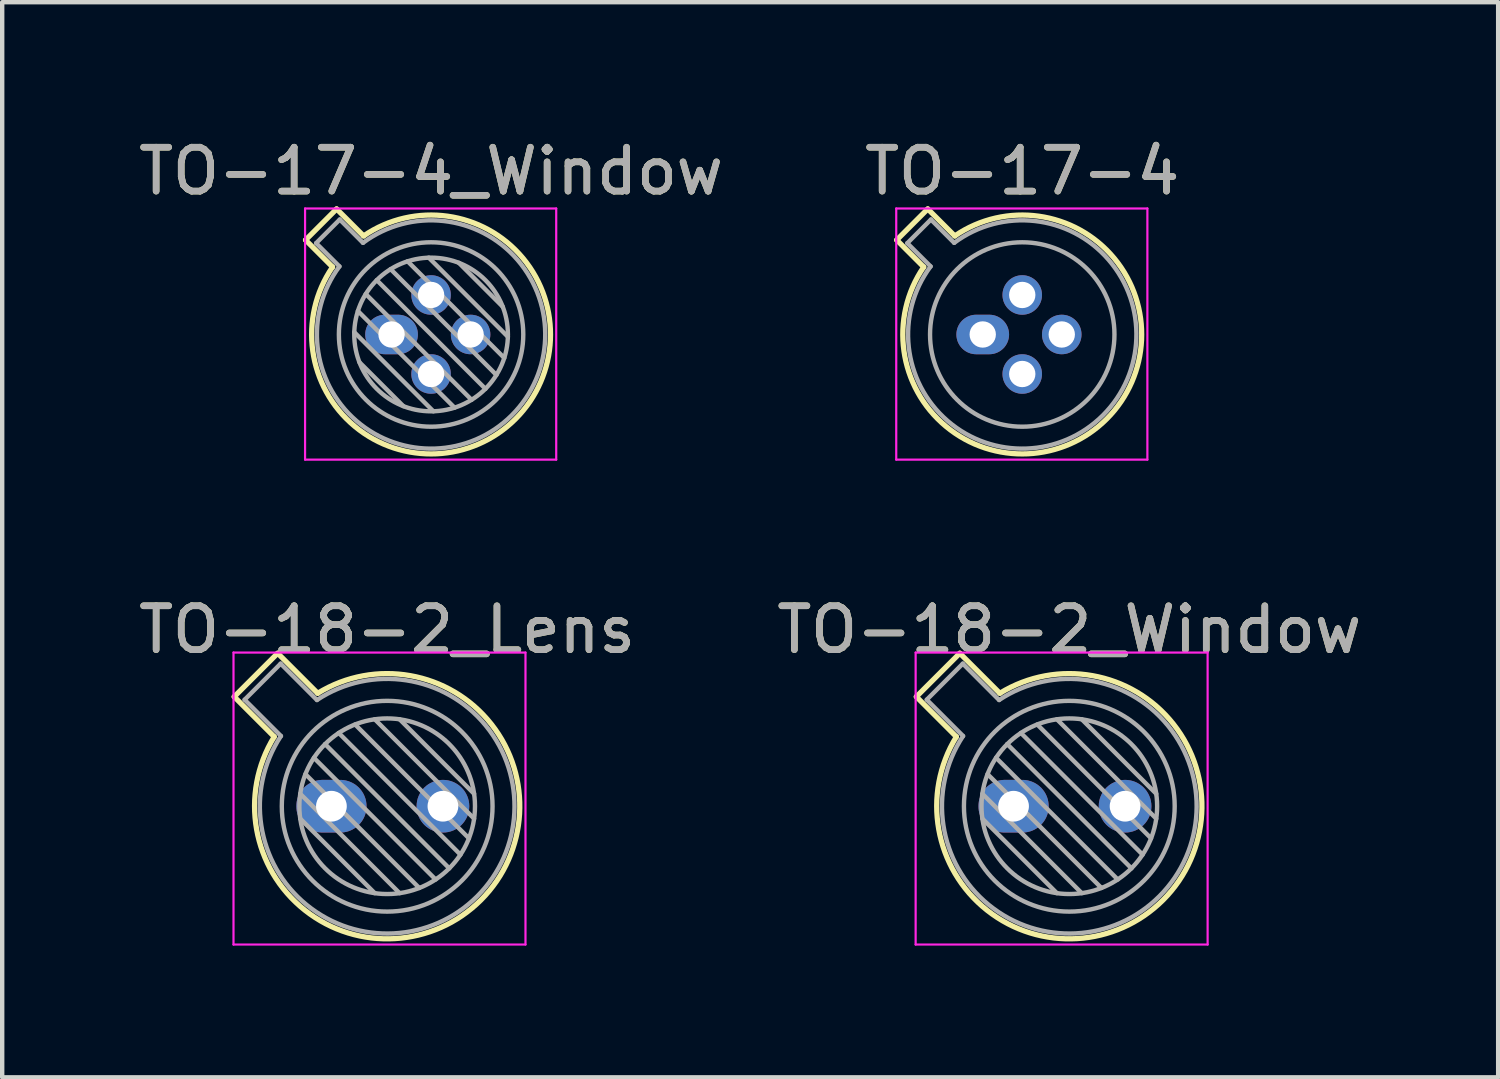
<source format=kicad_pcb>
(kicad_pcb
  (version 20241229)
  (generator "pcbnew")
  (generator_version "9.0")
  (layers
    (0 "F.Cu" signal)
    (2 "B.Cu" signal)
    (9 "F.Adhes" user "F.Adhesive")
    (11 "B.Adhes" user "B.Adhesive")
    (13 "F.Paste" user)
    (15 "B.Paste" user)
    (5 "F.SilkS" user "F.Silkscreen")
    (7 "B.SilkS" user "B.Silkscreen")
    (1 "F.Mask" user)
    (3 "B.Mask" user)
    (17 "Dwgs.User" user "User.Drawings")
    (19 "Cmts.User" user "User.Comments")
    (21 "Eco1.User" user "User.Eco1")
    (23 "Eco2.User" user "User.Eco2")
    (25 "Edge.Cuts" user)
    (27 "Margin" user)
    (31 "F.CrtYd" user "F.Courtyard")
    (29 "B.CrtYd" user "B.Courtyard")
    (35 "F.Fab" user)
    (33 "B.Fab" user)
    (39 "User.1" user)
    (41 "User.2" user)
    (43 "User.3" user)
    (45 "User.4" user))
  (footprint "TO-17-4"
    (layer "F.Cu")
    (at 19.332 4.568)
    (property "Reference" "TO-17-4" (at 0.9 -3.72 0) (layer "F.SilkS") (effects (font (size 1 1) (thickness 0.15))))
    (attr through_hole)
    (fp_line (start -1.959 -2.152) (end -1.344 -1.537) (stroke (width 0.12) (type solid)) (layer "F.SilkS"))
    (fp_line (start -1.252 -2.859) (end -1.959 -2.152) (stroke (width 0.12) (type solid)) (layer "F.SilkS"))
    (fp_line (start -0.637 -2.244) (end -1.252 -2.859) (stroke (width 0.12) (type solid)) (layer "F.SilkS"))
    (fp_arc (start -0.637002 -2.244109) (mid 2.82358 1.923081) (end -1.344508 -1.536419) (stroke (width 0.12) (type solid)) (layer "F.SilkS"))
    (fp_line (start -1.97 -2.87) (end -1.97 2.85) (stroke (width 0.05) (type solid)) (layer "F.CrtYd"))
    (fp_line (start -1.97 2.85) (end 3.75 2.85) (stroke (width 0.05) (type solid)) (layer "F.CrtYd"))
    (fp_line (start 3.75 -2.87) (end -1.97 -2.87) (stroke (width 0.05) (type solid)) (layer "F.CrtYd"))
    (fp_line (start 3.75 2.85) (end 3.75 -2.87) (stroke (width 0.05) (type solid)) (layer "F.CrtYd"))
    (fp_line (start -1.718 -2.08) (end -1.187 -1.55) (stroke (width 0.1) (type solid)) (layer "F.Fab"))
    (fp_line (start -1.18 -2.618) (end -1.718 -2.08) (stroke (width 0.1) (type solid)) (layer "F.Fab"))
    (fp_line (start -0.65 -2.087) (end -1.18 -2.618) (stroke (width 0.1) (type solid)) (layer "F.Fab"))
    (fp_arc (start -0.650035 -2.087436) (mid 2.738346 1.838609) (end -1.187214 -1.550334) (stroke (width 0.1) (type solid)) (layer "F.Fab"))
    (fp_circle (center 0.9 0) (end 3 0) (stroke (width 0.1) (type solid)) (fill no) (layer "F.Fab"))
    (fp_text user "${REFERENCE}" (at 0.9 -3.72 0) (layer "F.Fab") (effects (font (size 1 1) (thickness 0.15))))
    (pad "1" thru_hole oval (at 0 0) (size 1.2 0.9) (drill 0.6) (layers "*.Cu" "*.Mask"))
    (pad "2" thru_hole oval (at 0.9 0.9) (size 0.9 0.9) (drill 0.6) (layers "*.Cu" "*.Mask"))
    (pad "3" thru_hole oval (at 1.8 0) (size 0.9 0.9) (drill 0.6) (layers "*.Cu" "*.Mask"))
    (pad "4" thru_hole oval (at 0.9 -0.9) (size 0.9 0.9) (drill 0.6) (layers "*.Cu" "*.Mask")))
  (footprint "TO-18-2_Window"
    (layer "F.Cu")
    (at 20.034 15.312)
    (property "Reference" "TO-18-2_Window" (at 1.27 -4.02 0) (layer "F.SilkS") (effects (font (size 1 1) (thickness 0.15))))
    (attr through_hole)
    (fp_line (start -2.214 -2.494) (end -1.302 -1.582) (stroke (width 0.12) (type solid)) (layer "F.SilkS"))
    (fp_line (start -1.224 -3.484) (end -2.214 -2.494) (stroke (width 0.12) (type solid)) (layer "F.SilkS"))
    (fp_line (start -0.312 -2.572) (end -1.224 -3.484) (stroke (width 0.12) (type solid)) (layer "F.SilkS"))
    (fp_arc (start -0.312331 -2.572281) (mid 3.405374 2.135551) (end -1.30215 -1.582544) (stroke (width 0.12) (type solid)) (layer "F.SilkS"))
    (fp_line (start -2.23 -3.5) (end -2.23 3.15) (stroke (width 0.05) (type solid)) (layer "F.CrtYd"))
    (fp_line (start -2.23 3.15) (end 4.42 3.15) (stroke (width 0.05) (type solid)) (layer "F.CrtYd"))
    (fp_line (start 4.42 -3.5) (end -2.23 -3.5) (stroke (width 0.05) (type solid)) (layer "F.CrtYd"))
    (fp_line (start 4.42 3.15) (end 4.42 -3.5) (stroke (width 0.05) (type solid)) (layer "F.CrtYd"))
    (fp_line (start -1.977 -2.426) (end -1.149 -1.599) (stroke (width 0.1) (type solid)) (layer "F.Fab"))
    (fp_line (start -1.156 -3.247) (end -1.977 -2.426) (stroke (width 0.1) (type solid)) (layer "F.Fab"))
    (fp_line (start -0.71 -0.283) (end 1.553 1.98) (stroke (width 0.1) (type solid)) (layer "F.Fab"))
    (fp_line (start -0.71 0.283) (end 0.987 1.98) (stroke (width 0.1) (type solid)) (layer "F.Fab"))
    (fp_line (start -0.592 -0.731) (end 2.001 1.862) (stroke (width 0.1) (type solid)) (layer "F.Fab"))
    (fp_line (start -0.399 -1.103) (end 2.373 1.669) (stroke (width 0.1) (type solid)) (layer "F.Fab"))
    (fp_line (start -0.329 -2.419) (end -1.156 -3.247) (stroke (width 0.1) (type solid)) (layer "F.Fab"))
    (fp_line (start -0.145 -1.415) (end 2.685 1.415) (stroke (width 0.1) (type solid)) (layer "F.Fab"))
    (fp_line (start 0.167 -1.669) (end 2.939 1.103) (stroke (width 0.1) (type solid)) (layer "F.Fab"))
    (fp_line (start 0.539 -1.862) (end 3.132 0.731) (stroke (width 0.1) (type solid)) (layer "F.Fab"))
    (fp_line (start 0.987 -1.98) (end 3.25 0.283) (stroke (width 0.1) (type solid)) (layer "F.Fab"))
    (fp_line (start 1.553 -1.98) (end 3.25 -0.283) (stroke (width 0.1) (type solid)) (layer "F.Fab"))
    (fp_arc (start -0.329057 -2.419301) (mid 3.321076 2.050143) (end -1.150029 -1.597956) (stroke (width 0.1) (type solid)) (layer "F.Fab"))
    (fp_circle (center 1.27 0) (end 3.27 0) (stroke (width 0.1) (type solid)) (fill no) (layer "F.Fab"))
    (fp_circle (center 1.27 0) (end 3.67 0) (stroke (width 0.1) (type solid)) (fill no) (layer "F.Fab"))
    (fp_text user "${REFERENCE}" (at 1.27 -4.02 0) (layer "F.Fab") (effects (font (size 1 1) (thickness 0.15))))
    (pad "1" thru_hole oval (at 0 0) (size 1.6 1.2) (drill 0.7) (layers "*.Cu" "*.Mask"))
    (pad "2" thru_hole oval (at 2.54 0) (size 1.2 1.2) (drill 0.7) (layers "*.Cu" "*.Mask")))
  (footprint "TO-17-4_Window"
    (layer "F.Cu")
    (at 5.868 4.568)
    (property "Reference" "TO-17-4_Window" (at 0.9 -3.72 0) (layer "F.SilkS") (effects (font (size 1 1) (thickness 0.15))))
    (attr through_hole)
    (fp_line (start -1.959 -2.152) (end -1.344 -1.537) (stroke (width 0.12) (type solid)) (layer "F.SilkS"))
    (fp_line (start -1.252 -2.859) (end -1.959 -2.152) (stroke (width 0.12) (type solid)) (layer "F.SilkS"))
    (fp_line (start -0.637 -2.244) (end -1.252 -2.859) (stroke (width 0.12) (type solid)) (layer "F.SilkS"))
    (fp_arc (start -0.637002 -2.244109) (mid 2.82358 1.923081) (end -1.344508 -1.536419) (stroke (width 0.12) (type solid)) (layer "F.SilkS"))
    (fp_line (start -1.97 -2.87) (end -1.97 2.85) (stroke (width 0.05) (type solid)) (layer "F.CrtYd"))
    (fp_line (start -1.97 2.85) (end 3.75 2.85) (stroke (width 0.05) (type solid)) (layer "F.CrtYd"))
    (fp_line (start 3.75 -2.87) (end -1.97 -2.87) (stroke (width 0.05) (type solid)) (layer "F.CrtYd"))
    (fp_line (start 3.75 2.85) (end 3.75 -2.87) (stroke (width 0.05) (type solid)) (layer "F.CrtYd"))
    (fp_line (start -1.718 -2.08) (end -1.187 -1.55) (stroke (width 0.1) (type solid)) (layer "F.Fab"))
    (fp_line (start -1.18 -2.618) (end -1.718 -2.08) (stroke (width 0.1) (type solid)) (layer "F.Fab"))
    (fp_line (start -0.85 -0.053) (end 0.953 1.75) (stroke (width 0.1) (type solid)) (layer "F.Fab"))
    (fp_line (start -0.767 -0.535) (end 1.435 1.667) (stroke (width 0.1) (type solid)) (layer "F.Fab"))
    (fp_line (start -0.733 0.631) (end 0.269 1.633) (stroke (width 0.1) (type solid)) (layer "F.Fab"))
    (fp_line (start -0.65 -2.087) (end -1.18 -2.618) (stroke (width 0.1) (type solid)) (layer "F.Fab"))
    (fp_line (start -0.588 -0.922) (end 1.822 1.488) (stroke (width 0.1) (type solid)) (layer "F.Fab"))
    (fp_line (start -0.338 -1.238) (end 2.138 1.238) (stroke (width 0.1) (type solid)) (layer "F.Fab"))
    (fp_line (start -0.022 -1.488) (end 2.388 0.922) (stroke (width 0.1) (type solid)) (layer "F.Fab"))
    (fp_line (start 0.365 -1.667) (end 2.567 0.535) (stroke (width 0.1) (type solid)) (layer "F.Fab"))
    (fp_line (start 0.847 -1.75) (end 2.65 0.053) (stroke (width 0.1) (type solid)) (layer "F.Fab"))
    (fp_line (start 1.531 -1.633) (end 2.533 -0.631) (stroke (width 0.1) (type solid)) (layer "F.Fab"))
    (fp_arc (start -0.650035 -2.087436) (mid 2.738346 1.838609) (end -1.187214 -1.550334) (stroke (width 0.1) (type solid)) (layer "F.Fab"))
    (fp_circle (center 0.9 0) (end 2.65 0) (stroke (width 0.1) (type solid)) (fill no) (layer "F.Fab"))
    (fp_circle (center 0.9 0) (end 3 0) (stroke (width 0.1) (type solid)) (fill no) (layer "F.Fab"))
    (fp_text user "${REFERENCE}" (at 0.9 -3.72 0) (layer "F.Fab") (effects (font (size 1 1) (thickness 0.15))))
    (pad "1" thru_hole oval (at 0 0) (size 1.2 0.9) (drill 0.6) (layers "*.Cu" "*.Mask"))
    (pad "2" thru_hole oval (at 0.9 0.9) (size 0.9 0.9) (drill 0.6) (layers "*.Cu" "*.Mask"))
    (pad "3" thru_hole oval (at 1.8 0) (size 0.9 0.9) (drill 0.6) (layers "*.Cu" "*.Mask"))
    (pad "4" thru_hole oval (at 0.9 -0.9) (size 0.9 0.9) (drill 0.6) (layers "*.Cu" "*.Mask")))
  (footprint "TO-18-2_Lens"
    (layer "F.Cu")
    (at 4.498 15.312)
    (property "Reference" "TO-18-2_Lens" (at 1.27 -4.02 0) (layer "F.SilkS") (effects (font (size 1 1) (thickness 0.15))))
    (attr through_hole)
    (fp_line (start -2.214 -2.494) (end -1.302 -1.582) (stroke (width 0.12) (type solid)) (layer "F.SilkS"))
    (fp_line (start -1.224 -3.484) (end -2.214 -2.494) (stroke (width 0.12) (type solid)) (layer "F.SilkS"))
    (fp_line (start -0.312 -2.572) (end -1.224 -3.484) (stroke (width 0.12) (type solid)) (layer "F.SilkS"))
    (fp_arc (start -0.312331 -2.572281) (mid 3.405374 2.135551) (end -1.30215 -1.582544) (stroke (width 0.12) (type solid)) (layer "F.SilkS"))
    (fp_line (start -2.23 -3.5) (end -2.23 3.15) (stroke (width 0.05) (type solid)) (layer "F.CrtYd"))
    (fp_line (start -2.23 3.15) (end 4.42 3.15) (stroke (width 0.05) (type solid)) (layer "F.CrtYd"))
    (fp_line (start 4.42 -3.5) (end -2.23 -3.5) (stroke (width 0.05) (type solid)) (layer "F.CrtYd"))
    (fp_line (start 4.42 3.15) (end 4.42 -3.5) (stroke (width 0.05) (type solid)) (layer "F.CrtYd"))
    (fp_line (start -1.977 -2.426) (end -1.149 -1.599) (stroke (width 0.1) (type solid)) (layer "F.Fab"))
    (fp_line (start -1.156 -3.247) (end -1.977 -2.426) (stroke (width 0.1) (type solid)) (layer "F.Fab"))
    (fp_line (start -0.71 -0.283) (end 1.553 1.98) (stroke (width 0.1) (type solid)) (layer "F.Fab"))
    (fp_line (start -0.71 0.283) (end 0.987 1.98) (stroke (width 0.1) (type solid)) (layer "F.Fab"))
    (fp_line (start -0.592 -0.731) (end 2.001 1.862) (stroke (width 0.1) (type solid)) (layer "F.Fab"))
    (fp_line (start -0.399 -1.103) (end 2.373 1.669) (stroke (width 0.1) (type solid)) (layer "F.Fab"))
    (fp_line (start -0.329 -2.419) (end -1.156 -3.247) (stroke (width 0.1) (type solid)) (layer "F.Fab"))
    (fp_line (start -0.145 -1.415) (end 2.685 1.415) (stroke (width 0.1) (type solid)) (layer "F.Fab"))
    (fp_line (start 0.167 -1.669) (end 2.939 1.103) (stroke (width 0.1) (type solid)) (layer "F.Fab"))
    (fp_line (start 0.539 -1.862) (end 3.132 0.731) (stroke (width 0.1) (type solid)) (layer "F.Fab"))
    (fp_line (start 0.987 -1.98) (end 3.25 0.283) (stroke (width 0.1) (type solid)) (layer "F.Fab"))
    (fp_line (start 1.553 -1.98) (end 3.25 -0.283) (stroke (width 0.1) (type solid)) (layer "F.Fab"))
    (fp_arc (start -0.329057 -2.419301) (mid 3.321076 2.050143) (end -1.150029 -1.597956) (stroke (width 0.1) (type solid)) (layer "F.Fab"))
    (fp_circle (center 1.27 0) (end 3.27 0) (stroke (width 0.1) (type solid)) (fill no) (layer "F.Fab"))
    (fp_circle (center 1.27 0) (end 3.67 0) (stroke (width 0.1) (type solid)) (fill no) (layer "F.Fab"))
    (fp_text user "${REFERENCE}" (at 1.27 -4.02 0) (layer "F.Fab") (effects (font (size 1 1) (thickness 0.15))))
    (pad "1" thru_hole oval (at 0 0) (size 1.6 1.2) (drill 0.7) (layers "*.Cu" "*.Mask"))
    (pad "2" thru_hole oval (at 2.54 0) (size 1.2 1.2) (drill 0.7) (layers "*.Cu" "*.Mask")))
  (gr_rect
    (start -3 -3)
    (end 31.071 21.486)
    (stroke (width 0.1) (type default))
    (fill no)
    (layer "Edge.Cuts")))
</source>
